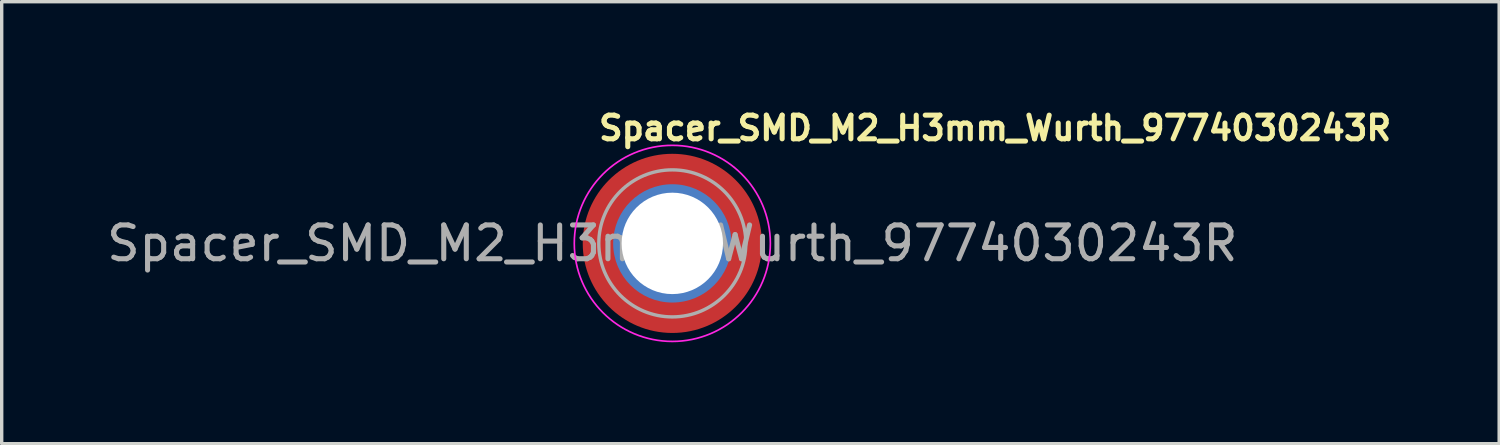
<source format=kicad_pcb>
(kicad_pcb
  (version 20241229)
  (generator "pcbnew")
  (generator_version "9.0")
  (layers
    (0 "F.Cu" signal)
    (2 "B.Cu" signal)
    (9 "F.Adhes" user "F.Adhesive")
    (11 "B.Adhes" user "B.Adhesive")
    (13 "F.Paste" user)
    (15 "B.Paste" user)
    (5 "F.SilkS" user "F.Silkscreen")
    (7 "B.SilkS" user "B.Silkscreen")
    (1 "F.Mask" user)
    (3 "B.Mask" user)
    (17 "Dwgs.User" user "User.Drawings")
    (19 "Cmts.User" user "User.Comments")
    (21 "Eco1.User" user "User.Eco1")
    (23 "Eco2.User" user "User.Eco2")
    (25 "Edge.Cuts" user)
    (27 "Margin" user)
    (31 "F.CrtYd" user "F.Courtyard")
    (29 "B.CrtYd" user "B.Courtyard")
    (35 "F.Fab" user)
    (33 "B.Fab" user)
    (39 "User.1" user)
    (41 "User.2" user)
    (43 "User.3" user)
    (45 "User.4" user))
  (footprint "Spacer_SMD_M2_H3mm_Wurth_9774030243R"
    (layer "F.Cu")
    (at 16.839 4.15)
    (property "Reference" "Spacer_SMD_M2_H3mm_Wurth_9774030243R" (at -2.25 -3 0) (layer "F.SilkS") (effects (font (size 0.7 0.7) (thickness 0.15)) (justify left bottom)))
    (attr through_hole)
    (fp_arc (start -1.999999 -0.8) (mid -1.433703 -1.607635) (end -0.566772 -2.078164) (stroke (width 0.65) (type solid)) (layer "F.Paste"))
    (fp_arc (start -0.8 1.999999) (mid -1.607635 1.433703) (end -2.078164 0.566772) (stroke (width 0.65) (type solid)) (layer "F.Paste"))
    (fp_arc (start 0.8 -1.999999) (mid 1.607635 -1.433703) (end 2.078164 -0.566772) (stroke (width 0.65) (type solid)) (layer "F.Paste"))
    (fp_arc (start 1.999999 0.8) (mid 1.433703 1.607635) (end 0.566772 2.078164) (stroke (width 0.65) (type solid)) (layer "F.Paste"))
    (fp_circle (center 0 0) (end 2.9 0) (stroke (width 0.05) (type solid)) (fill no) (layer "F.CrtYd"))
    (fp_circle (center 0 0) (end 2.175 0) (stroke (width 0.1) (type solid)) (fill no) (layer "F.Fab"))
    (fp_circle (center 0 0) (end 2.25 0) (stroke (width 0.12) (type solid)) (fill no) (layer "User.5"))
    (fp_text user "${REFERENCE}" (at 0 0 0) (layer "F.Fab") (effects (font (size 1 1) (thickness 0.15))))
    (pad "1" thru_hole circle (at 0 0) (size 3.5 3.5) (drill 3) (layers "*.Cu" "*.Mask"))
    (pad "1" smd circle (at 0 0) (size 5.3 5.3) (layers "F.Cu" "F.Mask")))
  (gr_rect
    (start -3 -3)
    (end 41.299 10.075)
    (stroke (width 0.1) (type default))
    (fill no)
    (layer "Edge.Cuts")))
</source>
